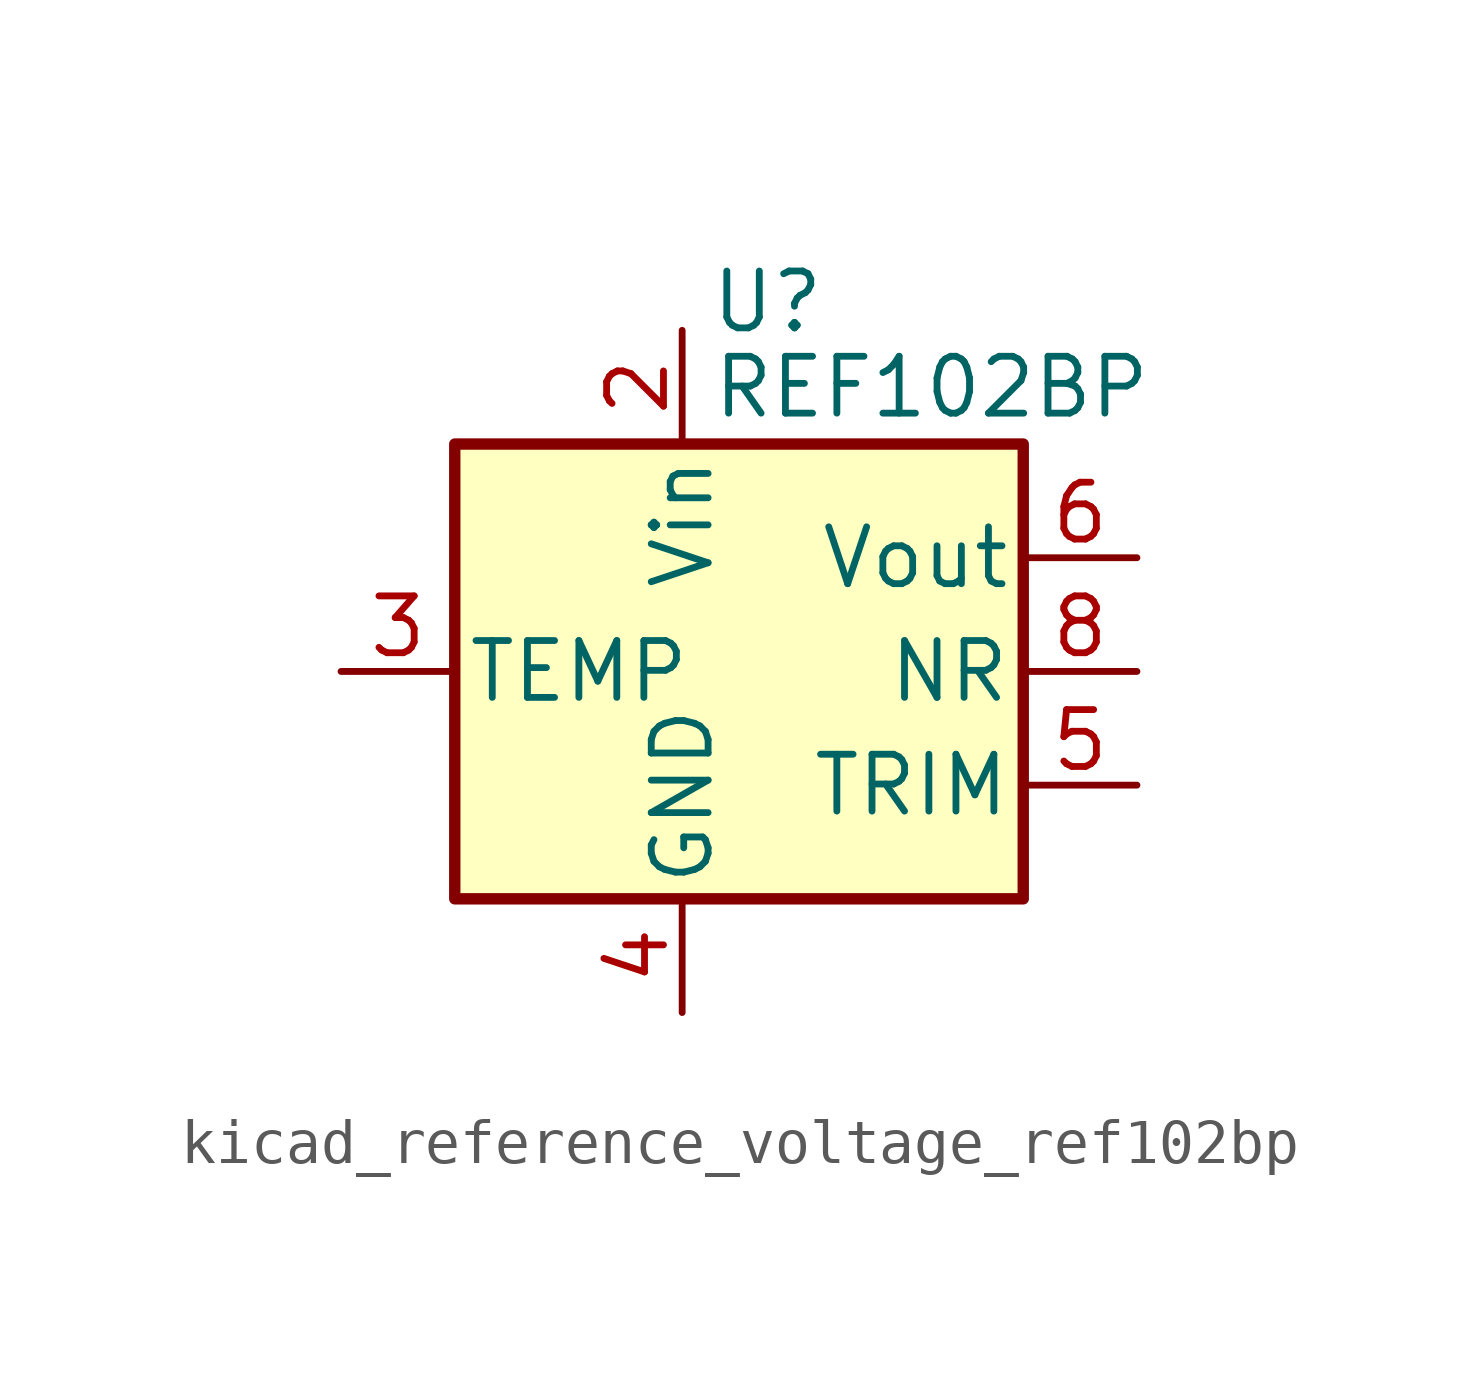
<source format=kicad_sym>
(kicad_symbol_lib
  (version 20220914)
  (generator kicad_symbol_editor)
  (symbol "kicad_reference_voltage_ref102bp"
    (pin_names
      (offset 0.254))
    (property "Reference" "U"
      (at -0.635 8.255 0)
      (effects (font (size 1.27 1.27))))
    (property "Value" "REF102BP"
      (at -1.905 6.35 0)
      (effects (font (size 1.27 1.27)) (justify left)))
    (symbol "kicad_reference_voltage_ref102bp_0_1"
      (rectangle (start -7.62 5.08) (end 5.08 -5.08) (stroke (width 0.254) (type default)) (fill (type background))))
    (symbol "kicad_reference_voltage_ref102bp_1_1"
      (pin no_connect line (at -5.08 -5.08 90) (length 2.54) hide (name "NC" (effects (font (size 1.27 1.27)))) (number "1" (effects (font (size 1.27 1.27)))))
      (pin power_in line (at -2.54 7.62 270) (length 2.54) (name "Vin" (effects (font (size 1.27 1.27)))) (number "2" (effects (font (size 1.27 1.27)))))
      (pin passive line (at -10.16 0 0) (length 2.54) (name "TEMP" (effects (font (size 1.27 1.27)))) (number "3" (effects (font (size 1.27 1.27)))))
      (pin power_in line (at -2.54 -7.62 90) (length 2.54) (name "GND" (effects (font (size 1.27 1.27)))) (number "4" (effects (font (size 1.27 1.27)))))
      (pin passive line (at 7.62 -2.54 180) (length 2.54) (name "TRIM" (effects (font (size 1.27 1.27)))) (number "5" (effects (font (size 1.27 1.27)))))
      (pin power_out line (at 7.62 2.54 180) (length 2.54) (name "Vout" (effects (font (size 1.27 1.27)))) (number "6" (effects (font (size 1.27 1.27)))))
      (pin no_connect line (at 0 -5.08 90) (length 2.54) hide (name "NC" (effects (font (size 1.27 1.27)))) (number "7" (effects (font (size 1.27 1.27)))))
      (pin passive line (at 7.62 0 180) (length 2.54) (name "NR" (effects (font (size 1.27 1.27)))) (number "8" (effects (font (size 1.27 1.27))))))))
</source>
